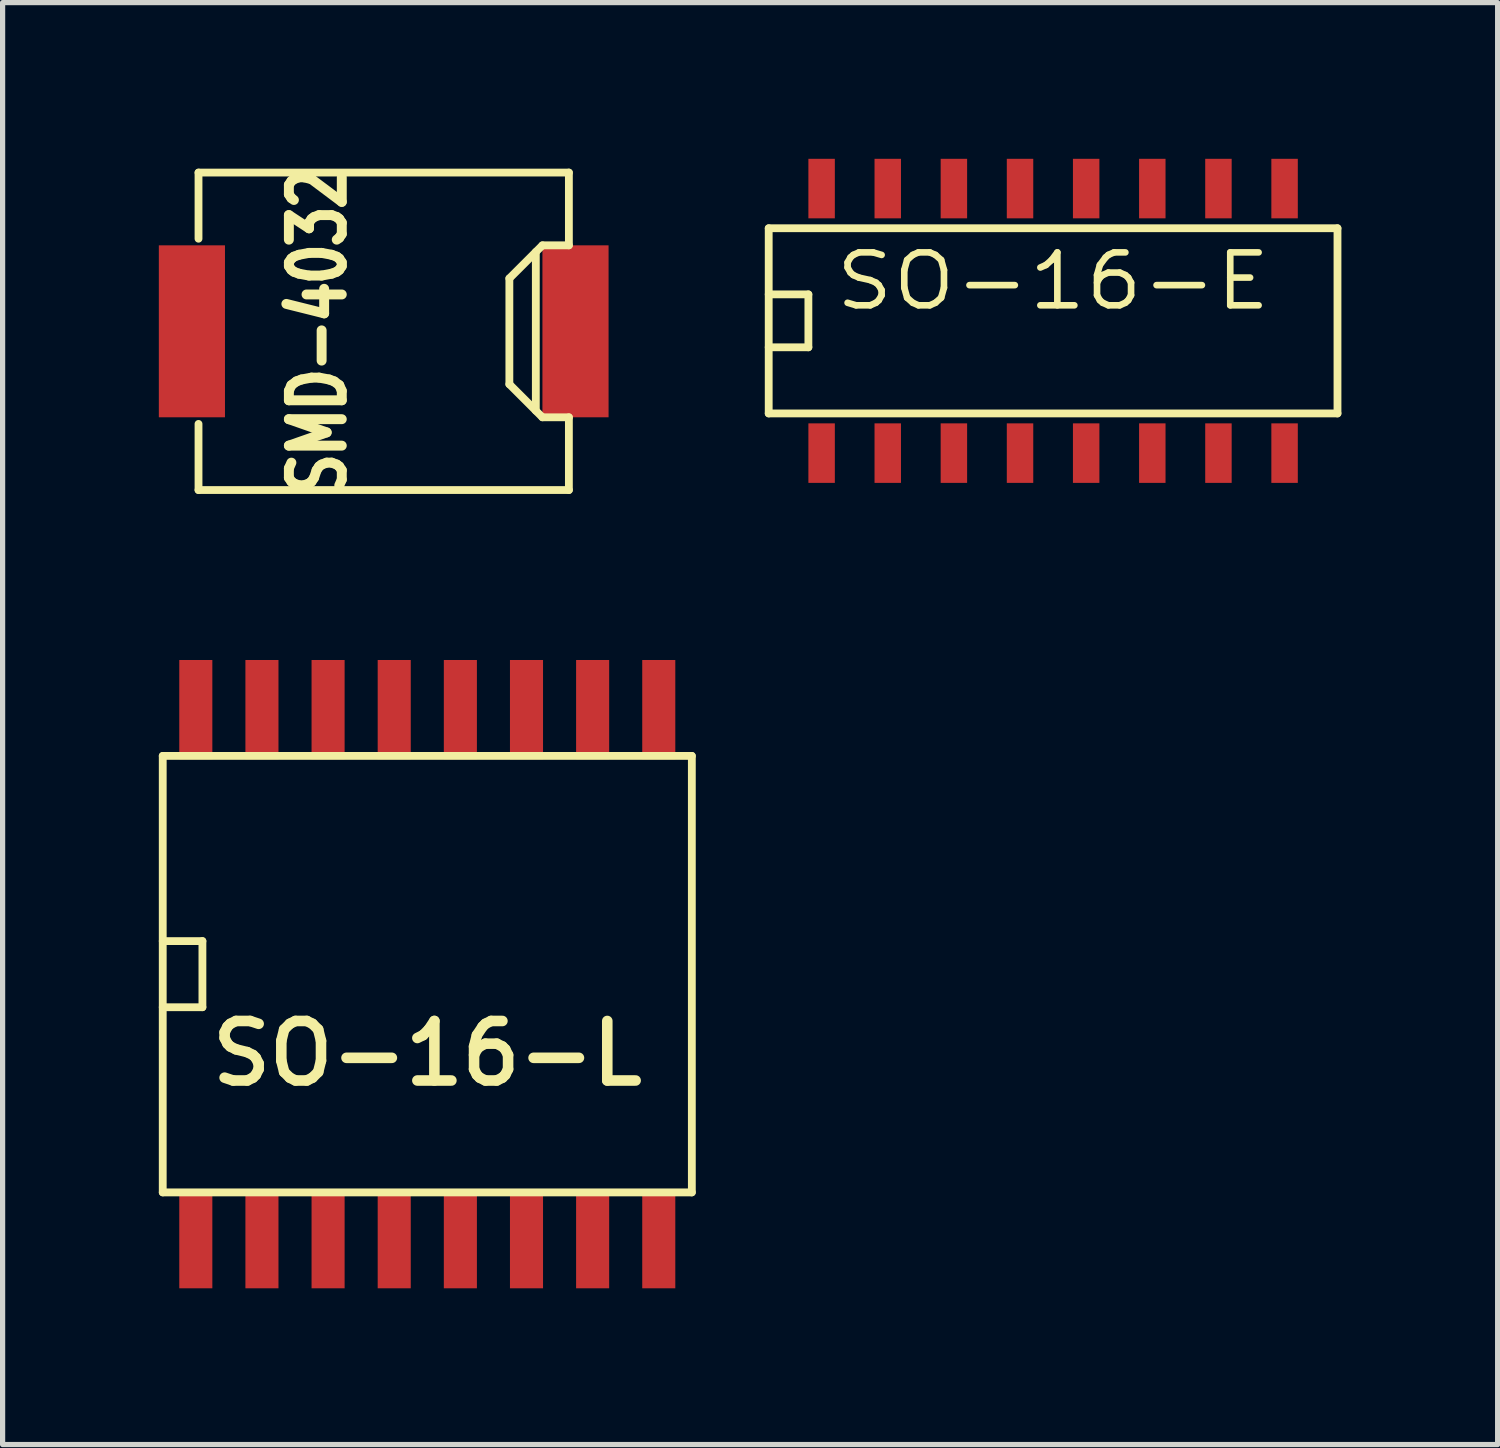
<source format=kicad_pcb>
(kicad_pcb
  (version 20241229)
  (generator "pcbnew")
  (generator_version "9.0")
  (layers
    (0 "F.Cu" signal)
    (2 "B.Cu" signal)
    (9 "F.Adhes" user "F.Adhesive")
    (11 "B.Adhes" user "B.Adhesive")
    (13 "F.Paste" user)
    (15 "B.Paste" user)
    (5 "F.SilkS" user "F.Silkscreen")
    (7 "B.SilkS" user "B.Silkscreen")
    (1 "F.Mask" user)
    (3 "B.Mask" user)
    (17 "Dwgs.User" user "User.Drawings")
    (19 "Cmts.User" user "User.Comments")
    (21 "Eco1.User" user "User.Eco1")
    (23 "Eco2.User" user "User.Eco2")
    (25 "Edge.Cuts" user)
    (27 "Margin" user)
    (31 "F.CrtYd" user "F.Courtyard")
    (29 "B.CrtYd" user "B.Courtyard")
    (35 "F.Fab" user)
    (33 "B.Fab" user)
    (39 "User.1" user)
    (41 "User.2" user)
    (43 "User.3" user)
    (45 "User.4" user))
  (footprint "SO-16-E"
    (layer "F.Cu")
    (at 17.172 3.111)
    (property "Reference" "SO-16-E" (at 0 -0.762 0) (layer "F.SilkS") (effects (font (size 1.016 1.143) (thickness 0.127))))
    (attr smd)
    (fp_line (start -5.461 -1.778) (end 5.461 -1.778) (stroke (width 0.15) (type solid)) (layer "F.SilkS"))
    (fp_line (start -5.461 -0.508) (end -4.699 -0.508) (stroke (width 0.15) (type solid)) (layer "F.SilkS"))
    (fp_line (start -5.461 1.778) (end -5.461 -1.778) (stroke (width 0.15) (type solid)) (layer "F.SilkS"))
    (fp_line (start -4.699 -0.508) (end -4.699 0.508) (stroke (width 0.15) (type solid)) (layer "F.SilkS"))
    (fp_line (start -4.699 0.508) (end -5.461 0.508) (stroke (width 0.15) (type solid)) (layer "F.SilkS"))
    (fp_line (start 5.461 -1.778) (end 5.461 1.778) (stroke (width 0.15) (type solid)) (layer "F.SilkS"))
    (fp_line (start 5.461 1.778) (end -5.461 1.778) (stroke (width 0.15) (type solid)) (layer "F.SilkS"))
    (pad "1" smd rect (at -4.445 2.54) (size 0.508 1.143) (layers "F.Cu" "F.Mask" "F.Paste"))
    (pad "2" smd rect (at -3.175 2.54) (size 0.508 1.143) (layers "F.Cu" "F.Mask" "F.Paste"))
    (pad "3" smd rect (at -1.905 2.54) (size 0.508 1.143) (layers "F.Cu" "F.Mask" "F.Paste"))
    (pad "4" smd rect (at -0.635 2.54) (size 0.508 1.143) (layers "F.Cu" "F.Mask" "F.Paste"))
    (pad "5" smd rect (at 0.635 2.54) (size 0.508 1.143) (layers "F.Cu" "F.Mask" "F.Paste"))
    (pad "6" smd rect (at 1.905 2.54) (size 0.508 1.143) (layers "F.Cu" "F.Mask" "F.Paste"))
    (pad "7" smd rect (at 3.175 2.54) (size 0.508 1.143) (layers "F.Cu" "F.Mask" "F.Paste"))
    (pad "8" smd rect (at 4.445 2.54) (size 0.508 1.143) (layers "F.Cu" "F.Mask" "F.Paste"))
    (pad "9" smd rect (at 4.445 -2.54) (size 0.508 1.143) (layers "F.Cu" "F.Mask" "F.Paste"))
    (pad "10" smd rect (at 3.175 -2.54) (size 0.508 1.143) (layers "F.Cu" "F.Mask" "F.Paste"))
    (pad "11" smd rect (at 1.905 -2.54) (size 0.508 1.143) (layers "F.Cu" "F.Mask" "F.Paste"))
    (pad "12" smd rect (at 0.635 -2.54) (size 0.508 1.143) (layers "F.Cu" "F.Mask" "F.Paste"))
    (pad "13" smd rect (at -0.635 -2.54) (size 0.508 1.143) (layers "F.Cu" "F.Mask" "F.Paste"))
    (pad "14" smd rect (at -1.905 -2.54) (size 0.508 1.143) (layers "F.Cu" "F.Mask" "F.Paste"))
    (pad "15" smd rect (at -3.175 -2.54) (size 0.508 1.143) (layers "F.Cu" "F.Mask" "F.Paste"))
    (pad "16" smd rect (at -4.445 -2.54) (size 0.508 1.143) (layers "F.Cu" "F.Mask" "F.Paste")))
  (footprint "SMD-4032"
    (layer "F.Cu")
    (at 4.318 3.312)
    (property "Reference" "SMD-4032" (at -1.265 0 90) (layer "F.SilkS") (effects (font (size 1.016 0.762) (thickness 0.203))))
    (attr smd)
    (fp_line (start -3.556 -3.048) (end -3.556 -1.778) (stroke (width 0.15) (type solid)) (layer "F.SilkS"))
    (fp_line (start -3.556 -3.048) (end 3.556 -3.048) (stroke (width 0.15) (type solid)) (layer "F.SilkS"))
    (fp_line (start -3.556 3.048) (end -3.556 1.778) (stroke (width 0.15) (type solid)) (layer "F.SilkS"))
    (fp_line (start 2.413 1.016) (end 2.413 -1.016) (stroke (width 0.15) (type solid)) (layer "F.SilkS"))
    (fp_line (start 2.921 -1.524) (end 2.921 1.524) (stroke (width 0.15) (type solid)) (layer "F.SilkS"))
    (fp_line (start 3.048 -1.651) (end 2.413 -1.016) (stroke (width 0.15) (type solid)) (layer "F.SilkS"))
    (fp_line (start 3.048 1.651) (end 2.413 1.016) (stroke (width 0.15) (type solid)) (layer "F.SilkS"))
    (fp_line (start 3.556 -1.651) (end 3.048 -1.651) (stroke (width 0.15) (type solid)) (layer "F.SilkS"))
    (fp_line (start 3.556 -1.651) (end 3.556 -3.048) (stroke (width 0.15) (type solid)) (layer "F.SilkS"))
    (fp_line (start 3.556 1.651) (end 3.048 1.651) (stroke (width 0.15) (type solid)) (layer "F.SilkS"))
    (fp_line (start 3.556 3.048) (end -3.556 3.048) (stroke (width 0.15) (type solid)) (layer "F.SilkS"))
    (fp_line (start 3.556 3.048) (end 3.556 1.651) (stroke (width 0.15) (type solid)) (layer "F.SilkS"))
    (pad "1" smd rect (at -3.683 0) (size 1.27 3.302) (layers "F.Cu" "F.Mask" "F.Paste"))
    (pad "2" smd rect (at 3.683 0) (size 1.27 3.302) (layers "F.Cu" "F.Mask" "F.Paste")))
  (footprint "SO-16-L"
    (layer "F.Cu")
    (at 5.155 15.656)
    (property "Reference" "SO-16-L" (at 0 1.524 0) (layer "F.SilkS") (effects (font (size 1.143 1.143) (thickness 0.203))))
    (attr smd)
    (fp_line (start -5.08 -4.191) (end 5.08 -4.191) (stroke (width 0.15) (type solid)) (layer "F.SilkS"))
    (fp_line (start -5.08 -0.635) (end -4.318 -0.635) (stroke (width 0.15) (type solid)) (layer "F.SilkS"))
    (fp_line (start -5.08 4.191) (end -5.08 -4.191) (stroke (width 0.15) (type solid)) (layer "F.SilkS"))
    (fp_line (start -4.318 -0.635) (end -4.318 0.635) (stroke (width 0.15) (type solid)) (layer "F.SilkS"))
    (fp_line (start -4.318 0.635) (end -5.08 0.635) (stroke (width 0.15) (type solid)) (layer "F.SilkS"))
    (fp_line (start 5.08 -4.191) (end 5.08 4.191) (stroke (width 0.15) (type solid)) (layer "F.SilkS"))
    (fp_line (start 5.08 4.191) (end -5.08 4.191) (stroke (width 0.15) (type solid)) (layer "F.SilkS"))
    (pad "1" smd rect (at -4.445 5.08) (size 0.635 1.905) (layers "F.Cu" "F.Mask" "F.Paste"))
    (pad "2" smd rect (at -3.175 5.08) (size 0.635 1.905) (layers "F.Cu" "F.Mask" "F.Paste"))
    (pad "3" smd rect (at -1.905 5.08) (size 0.635 1.905) (layers "F.Cu" "F.Mask" "F.Paste"))
    (pad "4" smd rect (at -0.635 5.08) (size 0.635 1.905) (layers "F.Cu" "F.Mask" "F.Paste"))
    (pad "5" smd rect (at 0.635 5.08) (size 0.635 1.905) (layers "F.Cu" "F.Mask" "F.Paste"))
    (pad "6" smd rect (at 1.905 5.08) (size 0.635 1.905) (layers "F.Cu" "F.Mask" "F.Paste"))
    (pad "7" smd rect (at 3.175 5.08) (size 0.635 1.905) (layers "F.Cu" "F.Mask" "F.Paste"))
    (pad "8" smd rect (at 4.445 5.08) (size 0.635 1.905) (layers "F.Cu" "F.Mask" "F.Paste"))
    (pad "9" smd rect (at 4.445 -5.08) (size 0.635 1.905) (layers "F.Cu" "F.Mask" "F.Paste"))
    (pad "10" smd rect (at 3.175 -5.08) (size 0.635 1.905) (layers "F.Cu" "F.Mask" "F.Paste"))
    (pad "11" smd rect (at 1.905 -5.08) (size 0.635 1.905) (layers "F.Cu" "F.Mask" "F.Paste"))
    (pad "12" smd rect (at 0.635 -5.08) (size 0.635 1.905) (layers "F.Cu" "F.Mask" "F.Paste"))
    (pad "13" smd rect (at -0.635 -5.08) (size 0.635 1.905) (layers "F.Cu" "F.Mask" "F.Paste"))
    (pad "14" smd rect (at -1.905 -5.08) (size 0.635 1.905) (layers "F.Cu" "F.Mask" "F.Paste"))
    (pad "15" smd rect (at -3.175 -5.08) (size 0.635 1.905) (layers "F.Cu" "F.Mask" "F.Paste"))
    (pad "16" smd rect (at -4.445 -5.08) (size 0.635 1.905) (layers "F.Cu" "F.Mask" "F.Paste")))
  (gr_rect
    (start -3 -3)
    (end 25.708 24.689)
    (stroke (width 0.1) (type default))
    (fill no)
    (layer "Edge.Cuts")))
</source>
